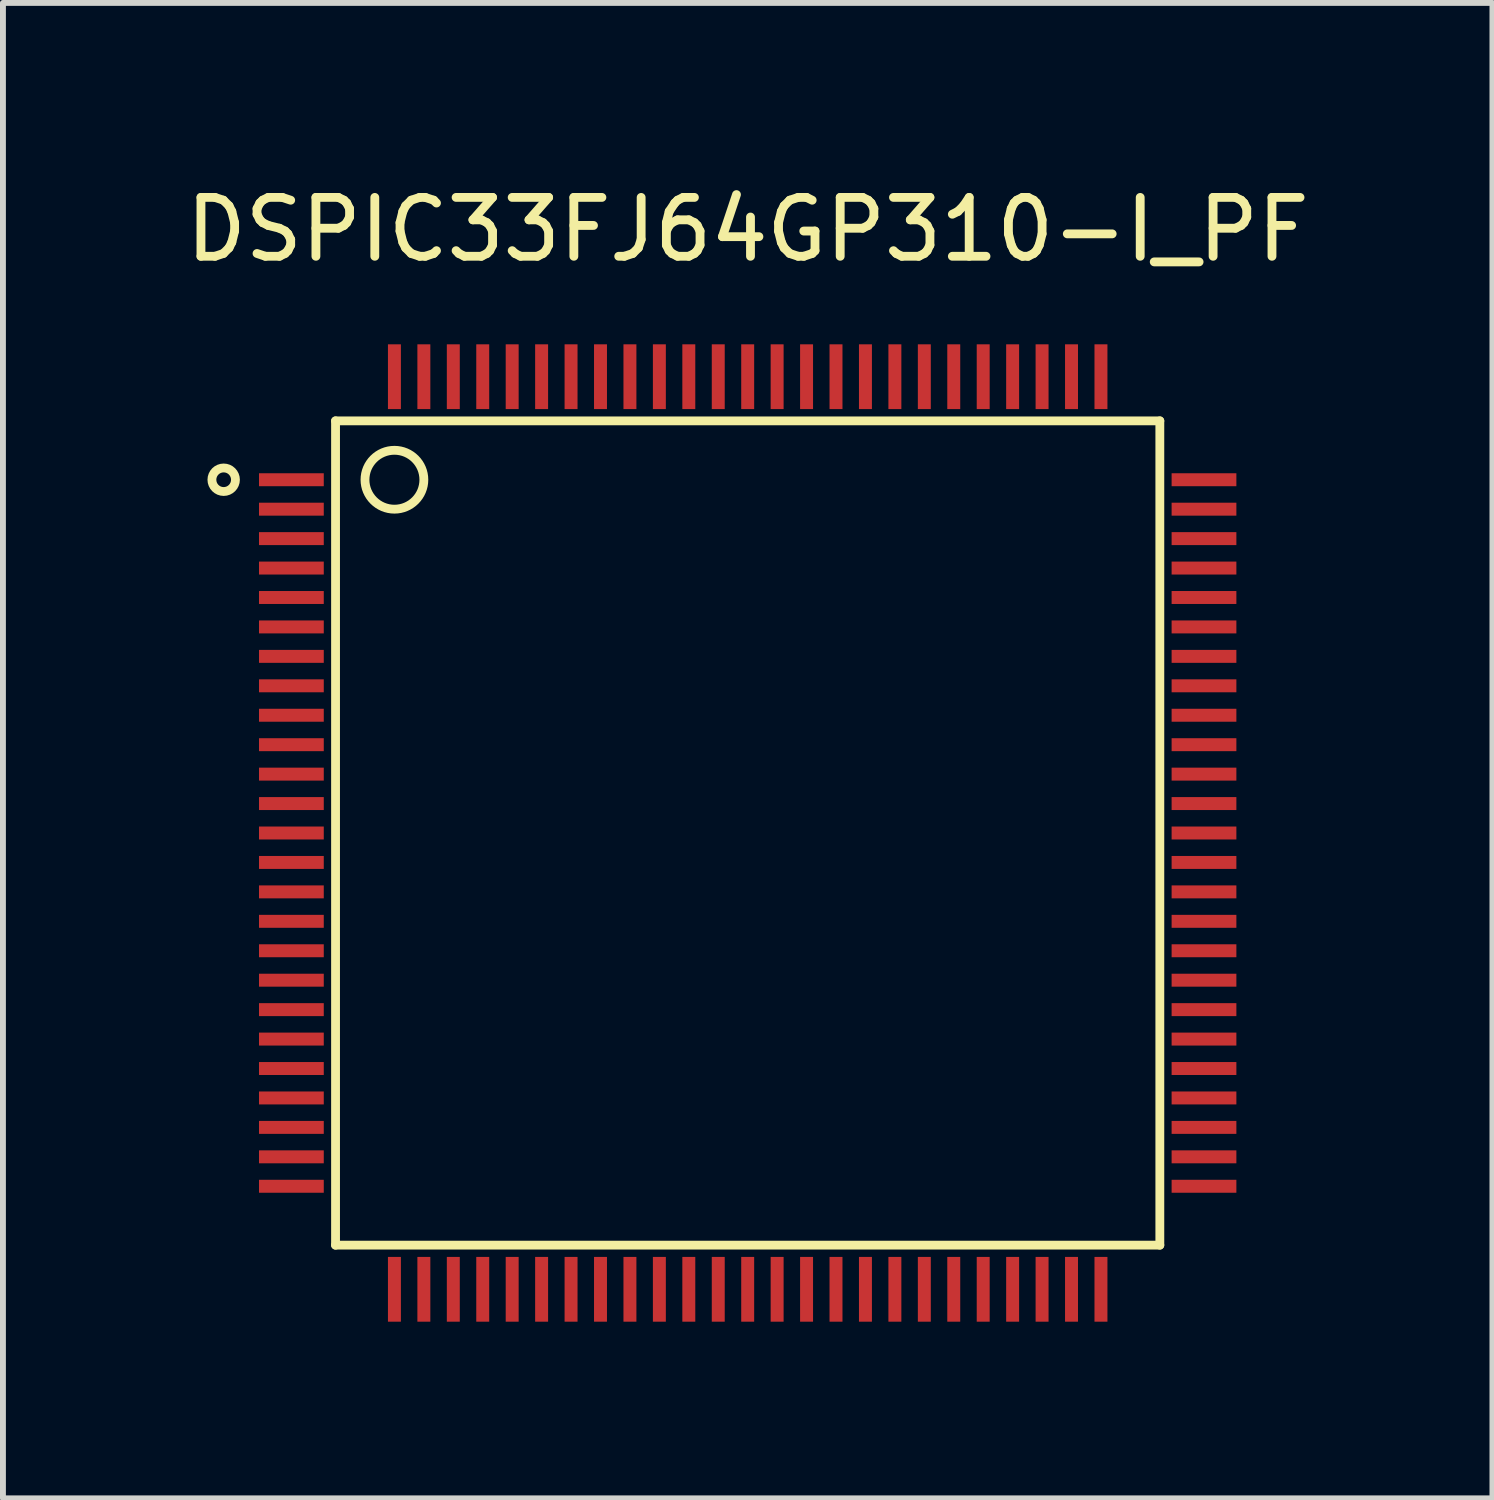
<source format=kicad_pcb>
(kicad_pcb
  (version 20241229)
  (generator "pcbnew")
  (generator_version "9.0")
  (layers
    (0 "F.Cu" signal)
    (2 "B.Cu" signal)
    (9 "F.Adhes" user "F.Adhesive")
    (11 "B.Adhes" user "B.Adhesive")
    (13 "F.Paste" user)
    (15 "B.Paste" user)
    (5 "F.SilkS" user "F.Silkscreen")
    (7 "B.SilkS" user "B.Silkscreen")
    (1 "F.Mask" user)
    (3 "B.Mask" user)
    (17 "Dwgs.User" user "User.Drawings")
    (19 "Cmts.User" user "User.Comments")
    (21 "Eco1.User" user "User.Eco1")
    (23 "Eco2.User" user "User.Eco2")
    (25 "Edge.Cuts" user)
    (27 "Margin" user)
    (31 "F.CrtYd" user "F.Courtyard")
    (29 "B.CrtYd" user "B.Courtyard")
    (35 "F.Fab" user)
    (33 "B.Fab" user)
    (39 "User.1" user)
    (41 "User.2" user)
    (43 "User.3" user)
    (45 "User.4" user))
  (footprint "DSPIC33FJ64GP310-I_PF"
    (layer "F.Cu")
    (at 1.899 3.348)
    (property "Reference" "DSPIC33FJ64GP310-I_PF" (at 7.75 -2.5 0) (layer "F.SilkS") (effects (font (size 1 1) (thickness 0.15))))
    (attr through_hole)
    (fp_line (start 0.75 0.75) (end 0.75 14.75) (stroke (width 0.15) (type solid)) (layer "F.SilkS"))
    (fp_line (start 0.75 0.75) (end 14.75 0.75) (stroke (width 0.15) (type solid)) (layer "F.SilkS"))
    (fp_line (start 0.75 14.75) (end 14.75 14.75) (stroke (width 0.15) (type solid)) (layer "F.SilkS"))
    (fp_line (start 14.75 14.75) (end 14.75 0.75) (stroke (width 0.15) (type solid)) (layer "F.SilkS"))
    (fp_circle (center -1.15 1.75) (end -1.15 1.55) (stroke (width 0.15) (type solid)) (fill no) (layer "F.SilkS"))
    (fp_circle (center 1.75 1.75) (end 1.75 1.25) (stroke (width 0.15) (type solid)) (fill no) (layer "F.SilkS"))
    (pad "1" smd rect (at 0 1.75) (size 1.1 0.22) (layers "F.Cu" "F.Mask" "F.Paste"))
    (pad "2" smd rect (at 0 2.25) (size 1.1 0.22) (layers "F.Cu" "F.Mask" "F.Paste"))
    (pad "3" smd rect (at 0 2.75) (size 1.1 0.22) (layers "F.Cu" "F.Mask" "F.Paste"))
    (pad "4" smd rect (at 0 3.25) (size 1.1 0.22) (layers "F.Cu" "F.Mask" "F.Paste"))
    (pad "5" smd rect (at 0 3.75) (size 1.1 0.22) (layers "F.Cu" "F.Mask" "F.Paste"))
    (pad "6" smd rect (at 0 4.25) (size 1.1 0.22) (layers "F.Cu" "F.Mask" "F.Paste"))
    (pad "7" smd rect (at 0 4.75) (size 1.1 0.22) (layers "F.Cu" "F.Mask" "F.Paste"))
    (pad "8" smd rect (at 0 5.25) (size 1.1 0.22) (layers "F.Cu" "F.Mask" "F.Paste"))
    (pad "9" smd rect (at 0 5.75) (size 1.1 0.22) (layers "F.Cu" "F.Mask" "F.Paste"))
    (pad "10" smd rect (at 0 6.25) (size 1.1 0.22) (layers "F.Cu" "F.Mask" "F.Paste"))
    (pad "11" smd rect (at 0 6.75) (size 1.1 0.22) (layers "F.Cu" "F.Mask" "F.Paste"))
    (pad "12" smd rect (at 0 7.25) (size 1.1 0.22) (layers "F.Cu" "F.Mask" "F.Paste"))
    (pad "13" smd rect (at 0 7.75) (size 1.1 0.22) (layers "F.Cu" "F.Mask" "F.Paste"))
    (pad "14" smd rect (at 0 8.25) (size 1.1 0.22) (layers "F.Cu" "F.Mask" "F.Paste"))
    (pad "15" smd rect (at 0 8.75) (size 1.1 0.22) (layers "F.Cu" "F.Mask" "F.Paste"))
    (pad "16" smd rect (at 0 9.25) (size 1.1 0.22) (layers "F.Cu" "F.Mask" "F.Paste"))
    (pad "17" smd rect (at 0 9.75) (size 1.1 0.22) (layers "F.Cu" "F.Mask" "F.Paste"))
    (pad "18" smd rect (at 0 10.25) (size 1.1 0.22) (layers "F.Cu" "F.Mask" "F.Paste"))
    (pad "19" smd rect (at 0 10.75) (size 1.1 0.22) (layers "F.Cu" "F.Mask" "F.Paste"))
    (pad "20" smd rect (at 0 11.25) (size 1.1 0.22) (layers "F.Cu" "F.Mask" "F.Paste"))
    (pad "21" smd rect (at 0 11.75) (size 1.1 0.22) (layers "F.Cu" "F.Mask" "F.Paste"))
    (pad "22" smd rect (at 0 12.25) (size 1.1 0.22) (layers "F.Cu" "F.Mask" "F.Paste"))
    (pad "23" smd rect (at 0 12.75) (size 1.1 0.22) (layers "F.Cu" "F.Mask" "F.Paste"))
    (pad "24" smd rect (at 0 13.25) (size 1.1 0.22) (layers "F.Cu" "F.Mask" "F.Paste"))
    (pad "25" smd rect (at 0 13.75) (size 1.1 0.22) (layers "F.Cu" "F.Mask" "F.Paste"))
    (pad "26" smd rect (at 1.75 15.5) (size 0.22 1.1) (layers "F.Cu" "F.Mask" "F.Paste"))
    (pad "27" smd rect (at 2.25 15.5) (size 0.22 1.1) (layers "F.Cu" "F.Mask" "F.Paste"))
    (pad "28" smd rect (at 2.75 15.5) (size 0.22 1.1) (layers "F.Cu" "F.Mask" "F.Paste"))
    (pad "29" smd rect (at 3.25 15.5) (size 0.22 1.1) (layers "F.Cu" "F.Mask" "F.Paste"))
    (pad "30" smd rect (at 3.75 15.5) (size 0.22 1.1) (layers "F.Cu" "F.Mask" "F.Paste"))
    (pad "31" smd rect (at 4.25 15.5) (size 0.22 1.1) (layers "F.Cu" "F.Mask" "F.Paste"))
    (pad "32" smd rect (at 4.75 15.5) (size 0.22 1.1) (layers "F.Cu" "F.Mask" "F.Paste"))
    (pad "33" smd rect (at 5.25 15.5) (size 0.22 1.1) (layers "F.Cu" "F.Mask" "F.Paste"))
    (pad "34" smd rect (at 5.75 15.5) (size 0.22 1.1) (layers "F.Cu" "F.Mask" "F.Paste"))
    (pad "35" smd rect (at 6.25 15.5) (size 0.22 1.1) (layers "F.Cu" "F.Mask" "F.Paste"))
    (pad "36" smd rect (at 6.75 15.5) (size 0.22 1.1) (layers "F.Cu" "F.Mask" "F.Paste"))
    (pad "37" smd rect (at 7.25 15.5) (size 0.22 1.1) (layers "F.Cu" "F.Mask" "F.Paste"))
    (pad "38" smd rect (at 7.75 15.5) (size 0.22 1.1) (layers "F.Cu" "F.Mask" "F.Paste"))
    (pad "39" smd rect (at 8.25 15.5) (size 0.22 1.1) (layers "F.Cu" "F.Mask" "F.Paste"))
    (pad "40" smd rect (at 8.75 15.5) (size 0.22 1.1) (layers "F.Cu" "F.Mask" "F.Paste"))
    (pad "41" smd rect (at 9.25 15.5) (size 0.22 1.1) (layers "F.Cu" "F.Mask" "F.Paste"))
    (pad "42" smd rect (at 9.75 15.5) (size 0.22 1.1) (layers "F.Cu" "F.Mask" "F.Paste"))
    (pad "43" smd rect (at 10.25 15.5) (size 0.22 1.1) (layers "F.Cu" "F.Mask" "F.Paste"))
    (pad "44" smd rect (at 10.75 15.5) (size 0.22 1.1) (layers "F.Cu" "F.Mask" "F.Paste"))
    (pad "45" smd rect (at 11.25 15.5) (size 0.22 1.1) (layers "F.Cu" "F.Mask" "F.Paste"))
    (pad "46" smd rect (at 11.75 15.5) (size 0.22 1.1) (layers "F.Cu" "F.Mask" "F.Paste"))
    (pad "47" smd rect (at 12.25 15.5) (size 0.22 1.1) (layers "F.Cu" "F.Mask" "F.Paste"))
    (pad "48" smd rect (at 12.75 15.5) (size 0.22 1.1) (layers "F.Cu" "F.Mask" "F.Paste"))
    (pad "49" smd rect (at 13.25 15.5) (size 0.22 1.1) (layers "F.Cu" "F.Mask" "F.Paste"))
    (pad "50" smd rect (at 13.75 15.5) (size 0.22 1.1) (layers "F.Cu" "F.Mask" "F.Paste"))
    (pad "51" smd rect (at 15.5 13.75) (size 1.1 0.22) (layers "F.Cu" "F.Mask" "F.Paste"))
    (pad "52" smd rect (at 15.5 13.25) (size 1.1 0.22) (layers "F.Cu" "F.Mask" "F.Paste"))
    (pad "53" smd rect (at 15.5 12.75) (size 1.1 0.22) (layers "F.Cu" "F.Mask" "F.Paste"))
    (pad "54" smd rect (at 15.5 12.25) (size 1.1 0.22) (layers "F.Cu" "F.Mask" "F.Paste"))
    (pad "55" smd rect (at 15.5 11.75) (size 1.1 0.22) (layers "F.Cu" "F.Mask" "F.Paste"))
    (pad "56" smd rect (at 15.5 11.25) (size 1.1 0.22) (layers "F.Cu" "F.Mask" "F.Paste"))
    (pad "57" smd rect (at 15.5 10.75) (size 1.1 0.22) (layers "F.Cu" "F.Mask" "F.Paste"))
    (pad "58" smd rect (at 15.5 10.25) (size 1.1 0.22) (layers "F.Cu" "F.Mask" "F.Paste"))
    (pad "59" smd rect (at 15.5 9.75) (size 1.1 0.22) (layers "F.Cu" "F.Mask" "F.Paste"))
    (pad "60" smd rect (at 15.5 9.25) (size 1.1 0.22) (layers "F.Cu" "F.Mask" "F.Paste"))
    (pad "61" smd rect (at 15.5 8.75) (size 1.1 0.22) (layers "F.Cu" "F.Mask" "F.Paste"))
    (pad "62" smd rect (at 15.5 8.25) (size 1.1 0.22) (layers "F.Cu" "F.Mask" "F.Paste"))
    (pad "63" smd rect (at 15.5 7.75) (size 1.1 0.22) (layers "F.Cu" "F.Mask" "F.Paste"))
    (pad "64" smd rect (at 15.5 7.25) (size 1.1 0.22) (layers "F.Cu" "F.Mask" "F.Paste"))
    (pad "65" smd rect (at 15.5 6.75) (size 1.1 0.22) (layers "F.Cu" "F.Mask" "F.Paste"))
    (pad "66" smd rect (at 15.5 6.25) (size 1.1 0.22) (layers "F.Cu" "F.Mask" "F.Paste"))
    (pad "67" smd rect (at 15.5 5.75) (size 1.1 0.22) (layers "F.Cu" "F.Mask" "F.Paste"))
    (pad "68" smd rect (at 15.5 5.25) (size 1.1 0.22) (layers "F.Cu" "F.Mask" "F.Paste"))
    (pad "69" smd rect (at 15.5 4.75) (size 1.1 0.22) (layers "F.Cu" "F.Mask" "F.Paste"))
    (pad "70" smd rect (at 15.5 4.25) (size 1.1 0.22) (layers "F.Cu" "F.Mask" "F.Paste"))
    (pad "71" smd rect (at 15.5 3.75) (size 1.1 0.22) (layers "F.Cu" "F.Mask" "F.Paste"))
    (pad "72" smd rect (at 15.5 3.25) (size 1.1 0.22) (layers "F.Cu" "F.Mask" "F.Paste"))
    (pad "73" smd rect (at 15.5 2.75) (size 1.1 0.22) (layers "F.Cu" "F.Mask" "F.Paste"))
    (pad "74" smd rect (at 15.5 2.25) (size 1.1 0.22) (layers "F.Cu" "F.Mask" "F.Paste"))
    (pad "75" smd rect (at 15.5 1.75) (size 1.1 0.22) (layers "F.Cu" "F.Mask" "F.Paste"))
    (pad "76" smd rect (at 13.75 0) (size 0.22 1.1) (layers "F.Cu" "F.Mask" "F.Paste"))
    (pad "77" smd rect (at 13.25 0) (size 0.22 1.1) (layers "F.Cu" "F.Mask" "F.Paste"))
    (pad "78" smd rect (at 12.75 0) (size 0.22 1.1) (layers "F.Cu" "F.Mask" "F.Paste"))
    (pad "79" smd rect (at 12.25 0) (size 0.22 1.1) (layers "F.Cu" "F.Mask" "F.Paste"))
    (pad "80" smd rect (at 11.75 0) (size 0.22 1.1) (layers "F.Cu" "F.Mask" "F.Paste"))
    (pad "81" smd rect (at 11.25 0) (size 0.22 1.1) (layers "F.Cu" "F.Mask" "F.Paste"))
    (pad "82" smd rect (at 10.75 0) (size 0.22 1.1) (layers "F.Cu" "F.Mask" "F.Paste"))
    (pad "83" smd rect (at 10.25 0) (size 0.22 1.1) (layers "F.Cu" "F.Mask" "F.Paste"))
    (pad "84" smd rect (at 9.75 0) (size 0.22 1.1) (layers "F.Cu" "F.Mask" "F.Paste"))
    (pad "85" smd rect (at 9.25 0) (size 0.22 1.1) (layers "F.Cu" "F.Mask" "F.Paste"))
    (pad "86" smd rect (at 8.75 0) (size 0.22 1.1) (layers "F.Cu" "F.Mask" "F.Paste"))
    (pad "87" smd rect (at 8.25 0) (size 0.22 1.1) (layers "F.Cu" "F.Mask" "F.Paste"))
    (pad "88" smd rect (at 7.75 0) (size 0.22 1.1) (layers "F.Cu" "F.Mask" "F.Paste"))
    (pad "89" smd rect (at 7.25 0) (size 0.22 1.1) (layers "F.Cu" "F.Mask" "F.Paste"))
    (pad "90" smd rect (at 6.75 0) (size 0.22 1.1) (layers "F.Cu" "F.Mask" "F.Paste"))
    (pad "91" smd rect (at 6.25 0) (size 0.22 1.1) (layers "F.Cu" "F.Mask" "F.Paste"))
    (pad "92" smd rect (at 5.75 0) (size 0.22 1.1) (layers "F.Cu" "F.Mask" "F.Paste"))
    (pad "93" smd rect (at 5.25 0) (size 0.22 1.1) (layers "F.Cu" "F.Mask" "F.Paste"))
    (pad "94" smd rect (at 4.75 0) (size 0.22 1.1) (layers "F.Cu" "F.Mask" "F.Paste"))
    (pad "95" smd rect (at 4.25 0) (size 0.22 1.1) (layers "F.Cu" "F.Mask" "F.Paste"))
    (pad "96" smd rect (at 3.75 0) (size 0.22 1.1) (layers "F.Cu" "F.Mask" "F.Paste"))
    (pad "97" smd rect (at 3.25 0) (size 0.22 1.1) (layers "F.Cu" "F.Mask" "F.Paste"))
    (pad "98" smd rect (at 2.75 0) (size 0.22 1.1) (layers "F.Cu" "F.Mask" "F.Paste"))
    (pad "99" smd rect (at 2.25 0) (size 0.22 1.1) (layers "F.Cu" "F.Mask" "F.Paste"))
    (pad "100" smd rect (at 1.75 0) (size 0.22 1.1) (layers "F.Cu" "F.Mask" "F.Paste")))
  (gr_rect
    (start -3 -3)
    (end 22.298 22.398)
    (stroke (width 0.1) (type default))
    (fill no)
    (layer "Edge.Cuts")))
</source>
